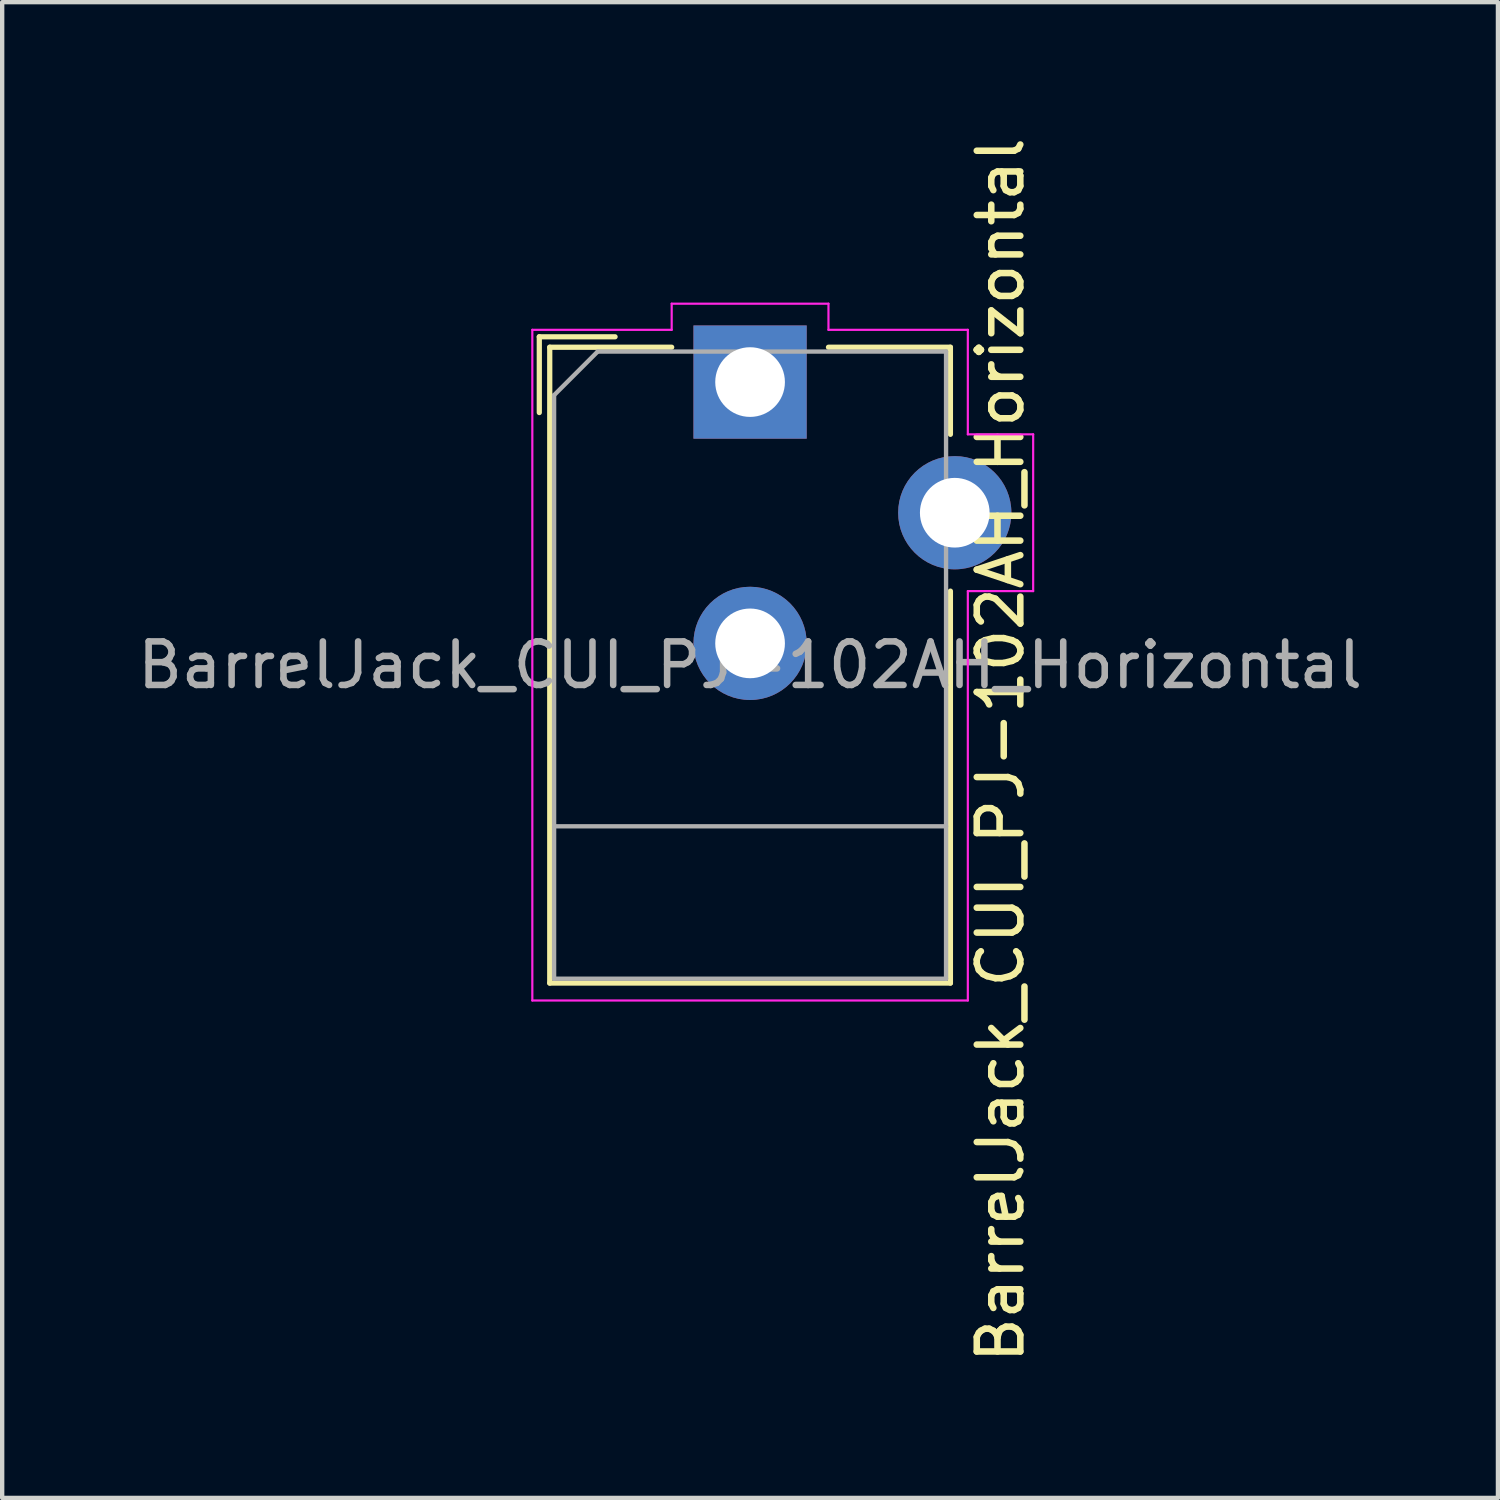
<source format=kicad_pcb>
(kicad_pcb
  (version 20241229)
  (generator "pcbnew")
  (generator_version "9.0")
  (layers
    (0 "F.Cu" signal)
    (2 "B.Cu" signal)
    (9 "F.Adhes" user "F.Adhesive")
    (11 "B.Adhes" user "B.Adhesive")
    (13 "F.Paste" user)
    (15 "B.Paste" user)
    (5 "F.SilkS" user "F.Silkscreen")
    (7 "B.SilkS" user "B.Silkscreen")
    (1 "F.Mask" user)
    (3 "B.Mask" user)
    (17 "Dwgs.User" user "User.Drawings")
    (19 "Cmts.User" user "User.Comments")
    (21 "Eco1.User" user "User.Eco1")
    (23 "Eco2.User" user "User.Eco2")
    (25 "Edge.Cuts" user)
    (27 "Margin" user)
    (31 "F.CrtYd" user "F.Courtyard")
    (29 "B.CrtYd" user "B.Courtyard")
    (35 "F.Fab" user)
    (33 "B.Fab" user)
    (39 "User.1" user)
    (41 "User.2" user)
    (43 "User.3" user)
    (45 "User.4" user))
  (footprint "BarrelJack_CUI_PJ-102AH_Horizontal"
    (layer "F.Cu")
    (at 14.173 5.723)
    (property "Reference" "BarrelJack_CUI_PJ-102AH_Horizontal" (at 5.75 8.45 90) (layer "F.SilkS") (effects (font (size 1 1) (thickness 0.15))))
    (attr through_hole)
    (fp_line (start -4.84 -1.04) (end -3.1 -1.04) (stroke (width 0.12) (type solid)) (layer "F.SilkS"))
    (fp_line (start -4.84 0.7) (end -4.84 -1.04) (stroke (width 0.12) (type solid)) (layer "F.SilkS"))
    (fp_line (start -4.6 -0.8) (end -1.8 -0.8) (stroke (width 0.12) (type solid)) (layer "F.SilkS"))
    (fp_line (start -4.6 13.8) (end -4.6 -0.8) (stroke (width 0.12) (type solid)) (layer "F.SilkS"))
    (fp_line (start 1.8 -0.8) (end 4.6 -0.8) (stroke (width 0.12) (type solid)) (layer "F.SilkS"))
    (fp_line (start 4.6 -0.8) (end 4.6 1.2) (stroke (width 0.12) (type solid)) (layer "F.SilkS"))
    (fp_line (start 4.6 4.8) (end 4.6 13.8) (stroke (width 0.12) (type solid)) (layer "F.SilkS"))
    (fp_line (start 4.6 13.8) (end -4.6 13.8) (stroke (width 0.12) (type solid)) (layer "F.SilkS"))
    (fp_line (start -5 -1.2) (end -1.8 -1.2) (stroke (width 0.05) (type solid)) (layer "F.CrtYd"))
    (fp_line (start -5 14.2) (end -5 -1.2) (stroke (width 0.05) (type solid)) (layer "F.CrtYd"))
    (fp_line (start -1.8 -1.8) (end 1.8 -1.8) (stroke (width 0.05) (type solid)) (layer "F.CrtYd"))
    (fp_line (start -1.8 -1.2) (end -1.8 -1.8) (stroke (width 0.05) (type solid)) (layer "F.CrtYd"))
    (fp_line (start 1.8 -1.8) (end 1.8 -1.2) (stroke (width 0.05) (type solid)) (layer "F.CrtYd"))
    (fp_line (start 1.8 -1.2) (end 5 -1.2) (stroke (width 0.05) (type solid)) (layer "F.CrtYd"))
    (fp_line (start 5 -1.2) (end 5 1.2) (stroke (width 0.05) (type solid)) (layer "F.CrtYd"))
    (fp_line (start 5 1.2) (end 6.5 1.2) (stroke (width 0.05) (type solid)) (layer "F.CrtYd"))
    (fp_line (start 5 4.8) (end 5 14.2) (stroke (width 0.05) (type solid)) (layer "F.CrtYd"))
    (fp_line (start 5 14.2) (end -5 14.2) (stroke (width 0.05) (type solid)) (layer "F.CrtYd"))
    (fp_line (start 6.5 1.2) (end 6.5 4.8) (stroke (width 0.05) (type solid)) (layer "F.CrtYd"))
    (fp_line (start 6.5 4.8) (end 5 4.8) (stroke (width 0.05) (type solid)) (layer "F.CrtYd"))
    (fp_line (start -4.5 0.3) (end -3.5 -0.7) (stroke (width 0.1) (type solid)) (layer "F.Fab"))
    (fp_line (start -4.5 10.2) (end 4.5 10.2) (stroke (width 0.1) (type solid)) (layer "F.Fab"))
    (fp_line (start -4.5 13.7) (end -4.5 0.3) (stroke (width 0.1) (type solid)) (layer "F.Fab"))
    (fp_line (start -3.5 -0.7) (end 4.5 -0.7) (stroke (width 0.1) (type solid)) (layer "F.Fab"))
    (fp_line (start 4.5 -0.7) (end 4.5 13.7) (stroke (width 0.1) (type solid)) (layer "F.Fab"))
    (fp_line (start 4.5 13.7) (end -4.5 13.7) (stroke (width 0.1) (type solid)) (layer "F.Fab"))
    (fp_text user "${REFERENCE}" (at 0 6.5 0) (layer "F.Fab") (effects (font (size 1 1) (thickness 0.15))))
    (pad "1" thru_hole rect (at 0 0) (size 2.6 2.6) (drill 1.6) (layers "*.Cu" "*.Mask"))
    (pad "2" thru_hole circle (at 0 6) (size 2.6 2.6) (drill 1.6) (layers "*.Cu" "*.Mask"))
    (pad "MP" thru_hole circle (at 4.7 3) (size 2.6 2.6) (drill 1.6) (layers "*.Cu" "*.Mask")))
  (gr_rect
    (start -3 -3)
    (end 31.345 31.345)
    (stroke (width 0.1) (type default))
    (fill no)
    (layer "Edge.Cuts")))
</source>
